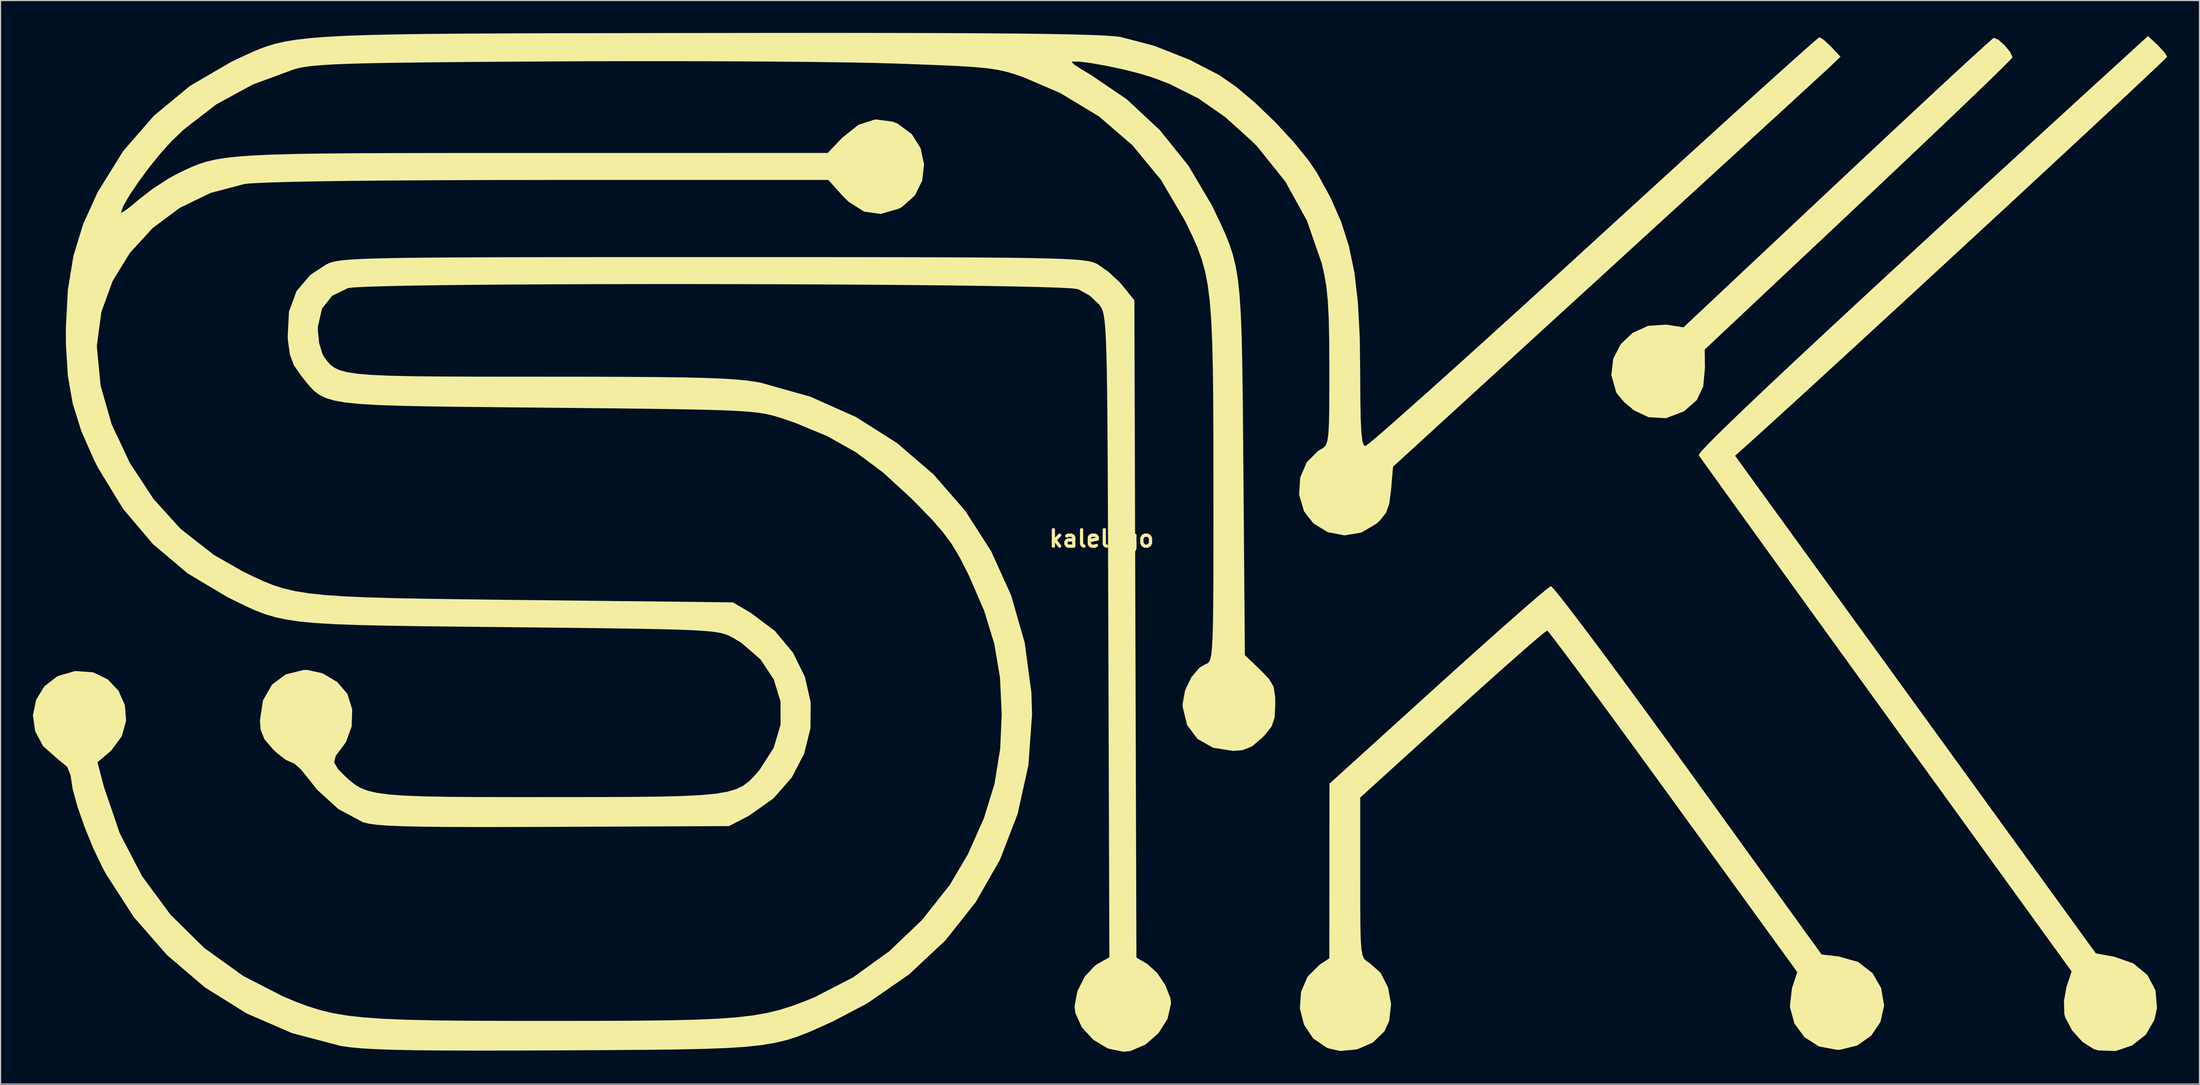
<source format=kicad_pcb>
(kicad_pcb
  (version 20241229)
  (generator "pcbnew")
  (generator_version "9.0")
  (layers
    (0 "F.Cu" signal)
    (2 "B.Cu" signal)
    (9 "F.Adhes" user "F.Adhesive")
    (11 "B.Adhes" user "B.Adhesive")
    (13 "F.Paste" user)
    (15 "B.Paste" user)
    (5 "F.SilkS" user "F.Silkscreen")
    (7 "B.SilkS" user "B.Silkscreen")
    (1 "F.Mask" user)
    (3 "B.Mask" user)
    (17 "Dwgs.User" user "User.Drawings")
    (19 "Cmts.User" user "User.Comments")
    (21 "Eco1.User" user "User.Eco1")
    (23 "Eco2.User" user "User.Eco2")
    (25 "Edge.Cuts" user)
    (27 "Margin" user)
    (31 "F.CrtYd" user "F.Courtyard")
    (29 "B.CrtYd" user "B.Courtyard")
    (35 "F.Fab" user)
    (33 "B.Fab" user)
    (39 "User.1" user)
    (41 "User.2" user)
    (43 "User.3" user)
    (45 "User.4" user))
  (footprint "kalelogo"
    (layer "F.Cu")
    (at 99.024 46.907)
    (property "Reference" "kalelogo" (at 0 0 0) (layer "F.SilkS") (effects (font (size 1.524 1.524) (thickness 0.3))))
    (attr board_only exclude_from_pos_files exclude_from_bom)
    (fp_poly (pts (xy 83.088 -46.284) (xy 83.668 -45.768) (xy 84.188 -45.14) (xy 84.416 -44.649) (xy 84.165 -44.364) (xy 83.44 -43.635) (xy 82.286 -42.508) (xy 80.753 -41.027) (xy 78.886 -39.238) (xy 76.733 -37.187) (xy 74.341 -34.918) (xy 71.758 -32.476) (xy 70.16 -30.971) (xy 55.891 -17.541) (xy 55.914 -15.836) (xy 55.753 -14.121) (xy 55.161 -12.86) (xy 54.051 -11.878) (xy 53.907 -11.788) (xy 52.296 -11.173) (xy 50.677 -11.271) (xy 49.338 -11.906) (xy 48.431 -12.661) (xy 47.755 -13.472) (xy 47.68 -13.605) (xy 47.239 -15.167) (xy 47.413 -16.684) (xy 48.105 -18.035) (xy 49.218 -19.095) (xy 50.657 -19.742) (xy 52.324 -19.851) (xy 52.539 -19.821) (xy 53.923 -19.6) (xy 68.136 -32.964) (xy 70.814 -35.479) (xy 73.339 -37.844) (xy 75.664 -40.013) (xy 77.738 -41.943) (xy 79.513 -43.588) (xy 80.941 -44.902) (xy 81.974 -45.841) (xy 82.562 -46.359) (xy 82.679 -46.45)) (stroke (width 0) (type solid)) (fill yes) (layer "F.SilkS"))
    (fp_poly (pts (xy 97.853 -45.783) (xy 98.453 -45.149) (xy 98.735 -44.715) (xy 98.738 -44.691) (xy 98.483 -44.426) (xy 97.75 -43.723) (xy 96.589 -42.626) (xy 95.048 -41.182) (xy 93.177 -39.436) (xy 91.026 -37.433) (xy 88.643 -35.219) (xy 86.077 -32.839) (xy 83.378 -30.339) (xy 80.595 -27.764) (xy 77.777 -25.161) (xy 74.973 -22.573) (xy 72.233 -20.048) (xy 69.605 -17.629) (xy 67.139 -15.364) (xy 64.884 -13.297) (xy 62.889 -11.474) (xy 61.204 -9.94) (xy 59.877 -8.74) (xy 59.656 -8.542) (xy 58.707 -7.692) (xy 75.422 15.381) (xy 92.136 38.454) (xy 93.841 38.765) (xy 95.616 39.387) (xy 96.91 40.455) (xy 97.66 41.87) (xy 97.802 43.533) (xy 97.566 44.615) (xy 96.765 45.993) (xy 95.502 46.988) (xy 93.975 47.508) (xy 92.376 47.458) (xy 91.941 47.329) (xy 90.89 46.66) (xy 89.928 45.587) (xy 89.3 44.404) (xy 89.216 44.085) (xy 89.18 42.871) (xy 89.411 41.58) (xy 89.437 41.497) (xy 89.888 40.131) (xy 72.734 16.399) (xy 70.085 12.733) (xy 67.556 9.231) (xy 65.177 5.936) (xy 62.98 2.891) (xy 60.998 0.141) (xy 59.261 -2.271) (xy 57.801 -4.3) (xy 56.65 -5.902) (xy 55.839 -7.035) (xy 55.401 -7.653) (xy 55.331 -7.755) (xy 55.548 -8.075) (xy 56.292 -8.867) (xy 57.556 -10.126) (xy 59.335 -11.845) (xy 61.623 -14.019) (xy 64.414 -16.643) (xy 67.701 -19.71) (xy 71.479 -23.215) (xy 75.741 -27.153) (xy 80.483 -31.518) (xy 85.697 -36.304) (xy 91.377 -41.506) (xy 95.438 -45.218) (xy 96.967 -46.615)) (stroke (width 0) (type solid)) (fill yes) (layer "F.SilkS"))
    (fp_poly (pts (xy 41.908 4.666) (xy 42.563 5.466) (xy 43.558 6.747) (xy 44.857 8.459) (xy 46.42 10.55) (xy 48.211 12.972) (xy 50.192 15.672) (xy 52.324 18.6) (xy 54.377 21.439) (xy 66.72 38.557) (xy 68.281 38.736) (xy 70.095 39.243) (xy 71.441 40.287) (xy 72.239 41.668) (xy 72.517 43.288) (xy 72.177 44.807) (xy 71.316 46.088) (xy 70.03 46.995) (xy 68.417 47.394) (xy 68.151 47.401) (xy 66.478 47.085) (xy 65.129 46.223) (xy 64.198 44.949) (xy 63.781 43.396) (xy 63.972 41.698) (xy 64.006 41.591) (xy 64.468 40.19) (xy 53.004 24.373) (xy 50.848 21.403) (xy 48.815 18.613) (xy 46.944 16.057) (xy 45.275 13.787) (xy 43.846 11.855) (xy 42.696 10.315) (xy 41.865 9.218) (xy 41.39 8.619) (xy 41.295 8.52) (xy 40.98 8.744) (xy 40.202 9.393) (xy 39.025 10.413) (xy 37.515 11.745) (xy 35.734 13.333) (xy 33.748 15.122) (xy 32.509 16.245) (xy 23.969 24.005) (xy 23.969 31.439) (xy 23.971 33.922) (xy 23.983 35.786) (xy 24.015 37.126) (xy 24.079 38.039) (xy 24.183 38.621) (xy 24.338 38.968) (xy 24.554 39.176) (xy 24.803 39.32) (xy 25.852 40.254) (xy 26.544 41.611) (xy 26.829 43.169) (xy 26.658 44.704) (xy 26.221 45.674) (xy 25.143 46.721) (xy 23.684 47.357) (xy 22.097 47.508) (xy 20.928 47.239) (xy 19.616 46.351) (xy 18.761 45.072) (xy 18.378 43.574) (xy 18.483 42.03) (xy 19.092 40.612) (xy 20.22 39.493) (xy 21.107 38.912) (xy 21.113 30.814) (xy 21.119 22.717) (xy 31.173 13.594) (xy 33.439 11.546) (xy 35.547 9.654) (xy 37.438 7.972) (xy 39.05 6.553) (xy 40.324 5.45) (xy 41.199 4.716) (xy 41.614 4.404) (xy 41.631 4.397)) (stroke (width 0) (type solid)) (fill yes) (layer "F.SilkS"))
    (fp_poly (pts (xy -30.309 -26.115) (xy -25.238 -26.113) (xy -20.795 -26.109) (xy -16.937 -26.101) (xy -13.621 -26.09) (xy -10.802 -26.074) (xy -8.437 -26.052) (xy -6.483 -26.024) (xy -4.896 -25.989) (xy -3.632 -25.946) (xy -2.648 -25.894) (xy -1.901 -25.832) (xy -1.346 -25.76) (xy -0.94 -25.677) (xy -0.64 -25.581) (xy -0.402 -25.473) (xy -0.361 -25.452) (xy 0.652 -24.741) (xy 1.682 -23.771) (xy 1.959 -23.451) (xy 3.041 -22.114) (xy 3.231 38.847) (xy 4.256 39.452) (xy 5.147 40.257) (xy 5.918 41.414) (xy 6.381 42.609) (xy 6.439 43.085) (xy 6.119 44.526) (xy 5.272 45.86) (xy 4.069 46.912) (xy 2.684 47.507) (xy 2.039 47.579) (xy 0.588 47.276) (xy -0.756 46.472) (xy -1.818 45.328) (xy -2.425 44.007) (xy -2.503 43.365) (xy -2.237 41.951) (xy -1.545 40.588) (xy -0.588 39.574) (xy -0.369 39.433) (xy 0.724 38.815) (xy 0.63 9.059) (xy 0.613 3.757) (xy 0.597 -0.876) (xy 0.581 -4.888) (xy 0.562 -8.324) (xy 0.541 -11.233) (xy 0.516 -13.66) (xy 0.485 -15.652) (xy 0.447 -17.258) (xy 0.401 -18.522) (xy 0.345 -19.492) (xy 0.279 -20.216) (xy 0.201 -20.739) (xy 0.11 -21.109) (xy 0.004 -21.372) (xy -0.118 -21.576) (xy -0.212 -21.707) (xy -1.094 -22.541) (xy -2.169 -23.14) (xy -2.18 -23.144) (xy -2.738 -23.215) (xy -3.949 -23.28) (xy -5.751 -23.34) (xy -8.081 -23.395) (xy -10.877 -23.443) (xy -14.077 -23.486) (xy -17.619 -23.523) (xy -21.44 -23.553) (xy -25.477 -23.578) (xy -29.669 -23.596) (xy -33.953 -23.608) (xy -38.267 -23.614) (xy -42.549 -23.613) (xy -46.735 -23.606) (xy -50.765 -23.592) (xy -54.574 -23.571) (xy -58.102 -23.544) (xy -61.286 -23.509) (xy -64.063 -23.468) (xy -66.372 -23.419) (xy -68.149 -23.364) (xy -69.332 -23.301) (xy -69.834 -23.239) (xy -71.304 -22.52) (xy -72.234 -21.334) (xy -72.613 -19.695) (xy -72.623 -19.35) (xy -72.5 -18.131) (xy -72.191 -17.116) (xy -72.064 -16.892) (xy -71.768 -16.481) (xy -71.46 -16.136) (xy -71.082 -15.85) (xy -70.572 -15.618) (xy -69.868 -15.434) (xy -68.912 -15.293) (xy -67.64 -15.188) (xy -65.994 -15.116) (xy -63.911 -15.068) (xy -61.332 -15.042) (xy -58.195 -15.029) (xy -54.439 -15.026) (xy -51.876 -15.025) (xy -47.702 -15.022) (xy -44.176 -15.011) (xy -41.234 -14.99) (xy -38.807 -14.957) (xy -36.829 -14.911) (xy -35.234 -14.85) (xy -33.956 -14.772) (xy -32.927 -14.674) (xy -32.082 -14.556) (xy -31.556 -14.458) (xy -26.992 -13.173) (xy -22.778 -11.294) (xy -18.953 -8.871) (xy -15.56 -5.955) (xy -12.64 -2.596) (xy -10.232 1.156) (xy -8.379 5.25) (xy -7.122 9.637) (xy -6.501 14.266) (xy -6.439 16.277) (xy -6.78 21.023) (xy -7.783 25.539) (xy -9.418 29.78) (xy -11.657 33.699) (xy -14.471 37.254) (xy -17.83 40.397) (xy -21.705 43.085) (xy -24.821 44.723) (xy -26.053 45.29) (xy -27.143 45.77) (xy -28.164 46.169) (xy -29.186 46.496) (xy -30.283 46.758) (xy -31.525 46.963) (xy -32.984 47.119) (xy -34.731 47.233) (xy -36.84 47.313) (xy -39.38 47.367) (xy -42.425 47.402) (xy -46.045 47.427) (xy -50.085 47.448) (xy -54.38 47.466) (xy -58.023 47.47) (xy -61.076 47.461) (xy -63.6 47.437) (xy -65.658 47.396) (xy -67.312 47.337) (xy -68.626 47.259) (xy -69.66 47.161) (xy -70.479 47.041) (xy -70.535 47.03) (xy -75.017 45.847) (xy -79.224 44.022) (xy -83.102 41.597) (xy -86.6 38.609) (xy -89.666 35.099) (xy -92.248 31.105) (xy -92.62 30.408) (xy -93.461 28.641) (xy -94.235 26.739) (xy -94.878 24.89) (xy -95.327 23.28) (xy -95.516 22.095) (xy -95.518 21.993) (xy -95.848 21.152) (xy -96.779 20.386) (xy -98.079 19.239) (xy -98.817 17.854) (xy -99.024 16.373) (xy -98.726 14.934) (xy -97.953 13.677) (xy -96.734 12.742) (xy -95.115 12.272) (xy -93.452 12.388) (xy -92.093 13.042) (xy -91.092 14.098) (xy -90.505 15.423) (xy -90.387 16.882) (xy -90.796 18.339) (xy -91.786 19.662) (xy -91.978 19.831) (xy -93.04 20.725) (xy -92.458 22.97) (xy -90.978 27.32) (xy -88.907 31.298) (xy -86.281 34.86) (xy -83.139 37.962) (xy -79.518 40.56) (xy -75.844 42.446) (xy -74.647 42.945) (xy -73.529 43.365) (xy -72.417 43.713) (xy -71.238 43.997) (xy -69.919 44.221) (xy -68.387 44.394) (xy -66.569 44.521) (xy -64.393 44.611) (xy -61.784 44.668) (xy -58.672 44.701) (xy -54.981 44.715) (xy -51.158 44.718) (xy -46.904 44.714) (xy -43.293 44.698) (xy -40.251 44.664) (xy -37.704 44.604) (xy -35.58 44.512) (xy -33.804 44.382) (xy -32.304 44.207) (xy -31.006 43.981) (xy -29.837 43.696) (xy -28.723 43.347) (xy -27.592 42.926) (xy -26.584 42.517) (xy -23.033 40.685) (xy -19.679 38.262) (xy -16.651 35.372) (xy -14.082 32.136) (xy -12.386 29.264) (xy -10.899 25.916) (xy -9.921 22.743) (xy -9.393 19.49) (xy -9.251 16.277) (xy -9.412 12.876) (xy -9.937 9.756) (xy -10.882 6.672) (xy -12.309 3.378) (xy -12.386 3.22) (xy -13.146 1.732) (xy -13.873 0.513) (xy -14.697 -0.611) (xy -15.752 -1.815) (xy -17.168 -3.273) (xy -17.666 -3.769) (xy -20.255 -6.149) (xy -22.76 -8.014) (xy -25.398 -9.5) (xy -28.387 -10.742) (xy -29.514 -11.13) (xy -30.076 -11.31) (xy -30.623 -11.463) (xy -31.218 -11.591) (xy -31.924 -11.697) (xy -32.807 -11.785) (xy -33.929 -11.857) (xy -35.353 -11.917) (xy -37.145 -11.967) (xy -39.367 -12.01) (xy -42.083 -12.049) (xy -45.357 -12.088) (xy -49.252 -12.128) (xy -51.337 -12.149) (xy -55.684 -12.192) (xy -59.376 -12.23) (xy -62.472 -12.272) (xy -65.032 -12.326) (xy -67.114 -12.399) (xy -68.78 -12.499) (xy -70.088 -12.634) (xy -71.098 -12.812) (xy -71.87 -13.041) (xy -72.464 -13.327) (xy -72.939 -13.68) (xy -73.355 -14.107) (xy -73.771 -14.615) (xy -74.178 -15.128) (xy -74.84 -16.081) (xy -75.209 -17.062) (xy -75.392 -18.379) (xy -75.417 -18.739) (xy -75.297 -21.054) (xy -74.602 -22.954) (xy -73.314 -24.471) (xy -71.832 -25.438) (xy -71.588 -25.551) (xy -71.299 -25.651) (xy -70.918 -25.738) (xy -70.404 -25.813) (xy -69.712 -25.878) (xy -68.798 -25.933) (xy -67.62 -25.978) (xy -66.133 -26.016) (xy -64.293 -26.046) (xy -62.056 -26.069) (xy -59.38 -26.086) (xy -56.22 -26.099) (xy -52.533 -26.107) (xy -48.275 -26.112) (xy -43.402 -26.115) (xy -37.87 -26.115) (xy -36.052 -26.115)) (stroke (width 0) (type solid)) (fill yes) (layer "F.SilkS"))
    (fp_poly (pts (xy -19.331 -46.901) (xy -14.905 -46.889) (xy -11.069 -46.87) (xy -7.794 -46.844) (xy -5.047 -46.809) (xy -2.799 -46.767) (xy -1.017 -46.717) (xy 0.33 -46.658) (xy 1.272 -46.59) (xy 1.789 -46.523) (xy 4.894 -45.707) (xy 8.16 -44.414) (xy 10.893 -43) (xy 12.451 -41.924) (xy 14.231 -40.42) (xy 16.064 -38.659) (xy 17.781 -36.81) (xy 19.21 -35.044) (xy 19.982 -33.894) (xy 21.223 -31.622) (xy 22.192 -29.416) (xy 22.919 -27.143) (xy 23.432 -24.672) (xy 23.759 -21.87) (xy 23.928 -18.606) (xy 23.969 -15.352) (xy 23.979 -12.892) (xy 24.014 -11.07) (xy 24.077 -9.808) (xy 24.176 -9.027) (xy 24.315 -8.651) (xy 24.432 -8.586) (xy 24.763 -8.822) (xy 25.579 -9.506) (xy 26.839 -10.602) (xy 28.503 -12.073) (xy 30.529 -13.881) (xy 32.877 -15.991) (xy 35.506 -18.365) (xy 38.375 -20.967) (xy 41.442 -23.761) (xy 44.668 -26.709) (xy 45.582 -27.546) (xy 48.84 -30.529) (xy 51.946 -33.367) (xy 54.86 -36.025) (xy 57.541 -38.465) (xy 59.95 -40.651) (xy 62.046 -42.546) (xy 63.789 -44.114) (xy 65.137 -45.318) (xy 66.051 -46.121) (xy 66.489 -46.488) (xy 66.522 -46.507) (xy 66.913 -46.271) (xy 67.537 -45.693) (xy 67.623 -45.603) (xy 68.473 -44.699) (xy 67.596 -43.856) (xy 67.195 -43.483) (xy 66.309 -42.666) (xy 64.982 -41.446) (xy 63.256 -39.861) (xy 61.175 -37.952) (xy 58.782 -35.758) (xy 56.12 -33.319) (xy 53.232 -30.674) (xy 50.162 -27.864) (xy 46.953 -24.926) (xy 46.865 -24.846) (xy 27.01 -6.678) (xy 26.83 -4.561) (xy 26.665 -3.268) (xy 26.367 -2.412) (xy 25.815 -1.712) (xy 25.482 -1.4) (xy 24.072 -0.566) (xy 22.504 -0.312) (xy 20.96 -0.608) (xy 19.622 -1.424) (xy 18.763 -2.54) (xy 18.307 -4.083) (xy 18.407 -5.665) (xy 19.011 -7.085) (xy 20.064 -8.138) (xy 20.273 -8.261) (xy 20.558 -8.43) (xy 20.77 -8.657) (xy 20.918 -9.041) (xy 21.015 -9.679) (xy 21.072 -10.672) (xy 21.098 -12.118) (xy 21.106 -14.117) (xy 21.107 -15.744) (xy 21.095 -18.374) (xy 21.052 -20.428) (xy 20.968 -22.044) (xy 20.834 -23.361) (xy 20.638 -24.518) (xy 20.403 -25.535) (xy 19.031 -29.494) (xy 17.037 -33.112) (xy 14.443 -36.348) (xy 13.953 -36.848) (xy 11.44 -39.114) (xy 8.952 -40.846) (xy 6.272 -42.185) (xy 4.734 -42.77) (xy 3.503 -43.145) (xy 2.041 -43.513) (xy 0.521 -43.839) (xy -0.887 -44.093) (xy -2.011 -44.24) (xy -2.678 -44.248) (xy -2.775 -44.209) (xy -2.556 -43.987) (xy -1.865 -43.529) (xy -1 -43.02) (xy 2.341 -40.745) (xy 5.395 -37.894) (xy 8.057 -34.581) (xy 10.22 -30.923) (xy 10.37 -30.615) (xy 10.946 -29.41) (xy 11.432 -28.347) (xy 11.834 -27.354) (xy 12.163 -26.358) (xy 12.426 -25.287) (xy 12.631 -24.066) (xy 12.786 -22.622) (xy 12.901 -20.884) (xy 12.983 -18.778) (xy 13.041 -16.231) (xy 13.083 -13.17) (xy 13.117 -9.521) (xy 13.143 -6.315) (xy 13.281 10.803) (xy 14.69 12.143) (xy 15.523 13.004) (xy 15.941 13.731) (xy 16.086 14.644) (xy 16.099 15.363) (xy 16.038 16.568) (xy 15.769 17.394) (xy 15.162 18.173) (xy 14.882 18.46) (xy 13.944 19.26) (xy 13.051 19.613) (xy 12.181 19.676) (xy 10.333 19.386) (xy 8.889 18.564) (xy 7.926 17.281) (xy 7.522 15.609) (xy 7.514 15.311) (xy 7.738 14.072) (xy 8.309 12.869) (xy 9.08 11.956) (xy 9.634 11.635) (xy 9.808 11.566) (xy 9.953 11.441) (xy 10.07 11.195) (xy 10.163 10.768) (xy 10.235 10.098) (xy 10.288 9.122) (xy 10.325 7.779) (xy 10.349 6.006) (xy 10.363 3.742) (xy 10.368 0.924) (xy 10.369 -2.509) (xy 10.368 -4.943) (xy 10.364 -9.167) (xy 10.348 -12.748) (xy 10.314 -15.758) (xy 10.253 -18.272) (xy 10.158 -20.362) (xy 10.02 -22.099) (xy 9.832 -23.558) (xy 9.586 -24.811) (xy 9.274 -25.93) (xy 8.889 -26.989) (xy 8.421 -28.06) (xy 7.865 -29.216) (xy 7.717 -29.514) (xy 5.501 -33.282) (xy 2.865 -36.483) (xy -0.23 -39.154) (xy -3.825 -41.329) (xy -7.155 -42.761) (xy -8.008 -43.062) (xy -8.8 -43.298) (xy -9.636 -43.483) (xy -10.623 -43.628) (xy -11.866 -43.743) (xy -13.474 -43.842) (xy -15.552 -43.935) (xy -18.206 -44.033) (xy -19.139 -44.066) (xy -21.242 -44.124) (xy -23.96 -44.174) (xy -27.194 -44.216) (xy -30.843 -44.248) (xy -34.808 -44.271) (xy -38.988 -44.284) (xy -43.284 -44.286) (xy -47.596 -44.277) (xy -50.621 -44.262) (xy -55.235 -44.234) (xy -59.191 -44.205) (xy -62.543 -44.173) (xy -65.349 -44.138) (xy -67.666 -44.097) (xy -69.549 -44.048) (xy -71.055 -43.99) (xy -72.241 -43.921) (xy -73.163 -43.84) (xy -73.877 -43.744) (xy -74.439 -43.633) (xy -74.809 -43.534) (xy -78.673 -42.11) (xy -82.042 -40.271) (xy -85.054 -37.937) (xy -86.193 -36.843) (xy -87.184 -35.75) (xy -88.23 -34.457) (xy -89.227 -33.112) (xy -90.068 -31.862) (xy -90.65 -30.856) (xy -90.868 -30.242) (xy -90.868 -30.242) (xy -90.627 -30.323) (xy -90 -30.784) (xy -89.212 -31.448) (xy -87.917 -32.453) (xy -86.443 -33.408) (xy -85.677 -33.824) (xy -84.96 -34.174) (xy -84.3 -34.479) (xy -83.643 -34.742) (xy -82.939 -34.967) (xy -82.136 -35.156) (xy -81.181 -35.313) (xy -80.022 -35.44) (xy -78.608 -35.541) (xy -76.887 -35.619) (xy -74.806 -35.677) (xy -72.314 -35.717) (xy -69.359 -35.744) (xy -65.889 -35.759) (xy -61.852 -35.767) (xy -57.196 -35.77) (xy -52.664 -35.77) (xy -25.371 -35.775) (xy -24.041 -37.173) (xy -22.524 -38.385) (xy -20.96 -38.887) (xy -19.357 -38.678) (xy -18.89 -38.485) (xy -17.583 -37.521) (xy -16.767 -36.211) (xy -16.446 -34.719) (xy -16.619 -33.209) (xy -17.289 -31.843) (xy -18.458 -30.786) (xy -18.813 -30.596) (xy -20.468 -30.118) (xy -21.998 -30.331) (xy -23.443 -31.246) (xy -24.018 -31.823) (xy -25.318 -33.27) (xy -51.206 -33.268) (xy -56.494 -33.262) (xy -61.323 -33.245) (xy -65.66 -33.219) (xy -69.473 -33.183) (xy -72.728 -33.139) (xy -75.392 -33.085) (xy -77.432 -33.023) (xy -78.816 -32.954) (xy -79.42 -32.894) (xy -82.563 -32.066) (xy -85.428 -30.673) (xy -87.943 -28.793) (xy -90.037 -26.507) (xy -91.64 -23.891) (xy -92.681 -21.026) (xy -93.089 -17.989) (xy -93.092 -17.708) (xy -92.748 -14.186) (xy -91.724 -10.604) (xy -90.044 -7.031) (xy -87.846 -3.679) (xy -85.331 -0.904) (xy -82.273 1.489) (xy -79.599 3.024) (xy -78.568 3.528) (xy -77.629 3.957) (xy -76.715 4.319) (xy -75.761 4.62) (xy -74.702 4.866) (xy -73.47 5.064) (xy -72.001 5.221) (xy -70.229 5.344) (xy -68.087 5.439) (xy -65.51 5.513) (xy -62.432 5.572) (xy -58.787 5.624) (xy -54.509 5.675) (xy -53.304 5.688) (xy -34.165 5.903) (xy -32.501 6.881) (xy -30.262 8.561) (xy -28.593 10.568) (xy -27.49 12.807) (xy -26.951 15.18) (xy -26.975 17.591) (xy -27.56 19.943) (xy -28.703 22.139) (xy -30.401 24.083) (xy -32.655 25.678) (xy -32.913 25.816) (xy -34.523 26.652) (xy -50.8 26.722) (xy -54.777 26.735) (xy -58.102 26.738) (xy -60.836 26.728) (xy -63.042 26.704) (xy -64.783 26.665) (xy -66.122 26.608) (xy -67.12 26.532) (xy -67.84 26.436) (xy -68.345 26.318) (xy -68.476 26.274) (xy -70.727 25.07) (xy -72.703 23.264) (xy -73.451 22.308) (xy -74.157 21.43) (xy -74.782 20.865) (xy -75.053 20.749) (xy -75.588 20.512) (xy -76.37 19.91) (xy -76.772 19.533) (xy -77.573 18.595) (xy -77.925 17.702) (xy -77.989 16.832) (xy -77.699 14.984) (xy -76.877 13.54) (xy -75.595 12.578) (xy -73.925 12.173) (xy -73.624 12.166) (xy -72.195 12.476) (xy -70.843 13.277) (xy -69.887 14.378) (xy -69.439 15.822) (xy -69.487 17.412) (xy -70.008 18.844) (xy -70.297 19.253) (xy -70.96 20.126) (xy -71.116 20.743) (xy -70.755 21.361) (xy -70.208 21.915) (xy -69.699 22.39) (xy -69.208 22.785) (xy -68.667 23.108) (xy -68.008 23.366) (xy -67.163 23.567) (xy -66.065 23.717) (xy -64.646 23.823) (xy -62.838 23.894) (xy -60.575 23.936) (xy -57.787 23.956) (xy -54.409 23.962) (xy -51.08 23.961) (xy -47.122 23.958) (xy -43.812 23.946) (xy -41.085 23.918) (xy -38.872 23.863) (xy -37.108 23.775) (xy -35.726 23.643) (xy -34.659 23.459) (xy -33.839 23.215) (xy -33.201 22.901) (xy -32.678 22.509) (xy -32.202 22.031) (xy -31.707 21.457) (xy -31.681 21.426) (xy -30.381 19.395) (xy -29.744 17.253) (xy -29.749 15.104) (xy -30.375 13.049) (xy -31.602 11.191) (xy -33.408 9.631) (xy -34.165 9.179) (xy -34.494 9.011) (xy -34.846 8.868) (xy -35.281 8.748) (xy -35.861 8.648) (xy -36.645 8.565) (xy -37.693 8.496) (xy -39.068 8.439) (xy -40.828 8.391) (xy -43.034 8.348) (xy -45.748 8.308) (xy -49.028 8.268) (xy -52.937 8.225) (xy -54.914 8.204) (xy -59.29 8.158) (xy -63.018 8.115) (xy -66.163 8.067) (xy -68.794 8.008) (xy -70.976 7.93) (xy -72.776 7.825) (xy -74.262 7.687) (xy -75.499 7.509) (xy -76.555 7.284) (xy -77.496 7.003) (xy -78.39 6.661) (xy -79.302 6.25) (xy -80.3 5.762) (xy -81.03 5.399) (xy -84.703 3.205) (xy -87.905 0.494) (xy -90.662 -2.76) (xy -92.998 -6.583) (xy -93.376 -7.334) (xy -94.544 -9.994) (xy -95.33 -12.507) (xy -95.788 -15.116) (xy -95.967 -18.063) (xy -95.972 -19.497) (xy -95.786 -23.086) (xy -95.268 -26.238) (xy -94.366 -29.178) (xy -93.028 -32.128) (xy -93.015 -32.153) (xy -90.657 -35.953) (xy -87.808 -39.232) (xy -84.473 -41.988) (xy -80.656 -44.215) (xy -80.314 -44.377) (xy -79.491 -44.765) (xy -78.745 -45.109) (xy -78.031 -45.414) (xy -77.304 -45.68) (xy -76.519 -45.912) (xy -75.632 -46.111) (xy -74.597 -46.279) (xy -73.371 -46.421) (xy -71.907 -46.537) (xy -70.162 -46.631) (xy -68.09 -46.706) (xy -65.647 -46.763) (xy -62.788 -46.806) (xy -59.468 -46.837) (xy -55.642 -46.858) (xy -51.265 -46.873) (xy -46.294 -46.883) (xy -40.682 -46.892) (xy -36.468 -46.898) (xy -30.081 -46.905) (xy -24.38 -46.907)) (stroke (width 0) (type solid)) (fill yes) (layer "F.SilkS")))
  (gr_rect
    (start -3 -3)
    (end 200.762 97.485)
    (stroke (width 0.1) (type default))
    (fill no)
    (layer "Edge.Cuts")))
</source>
